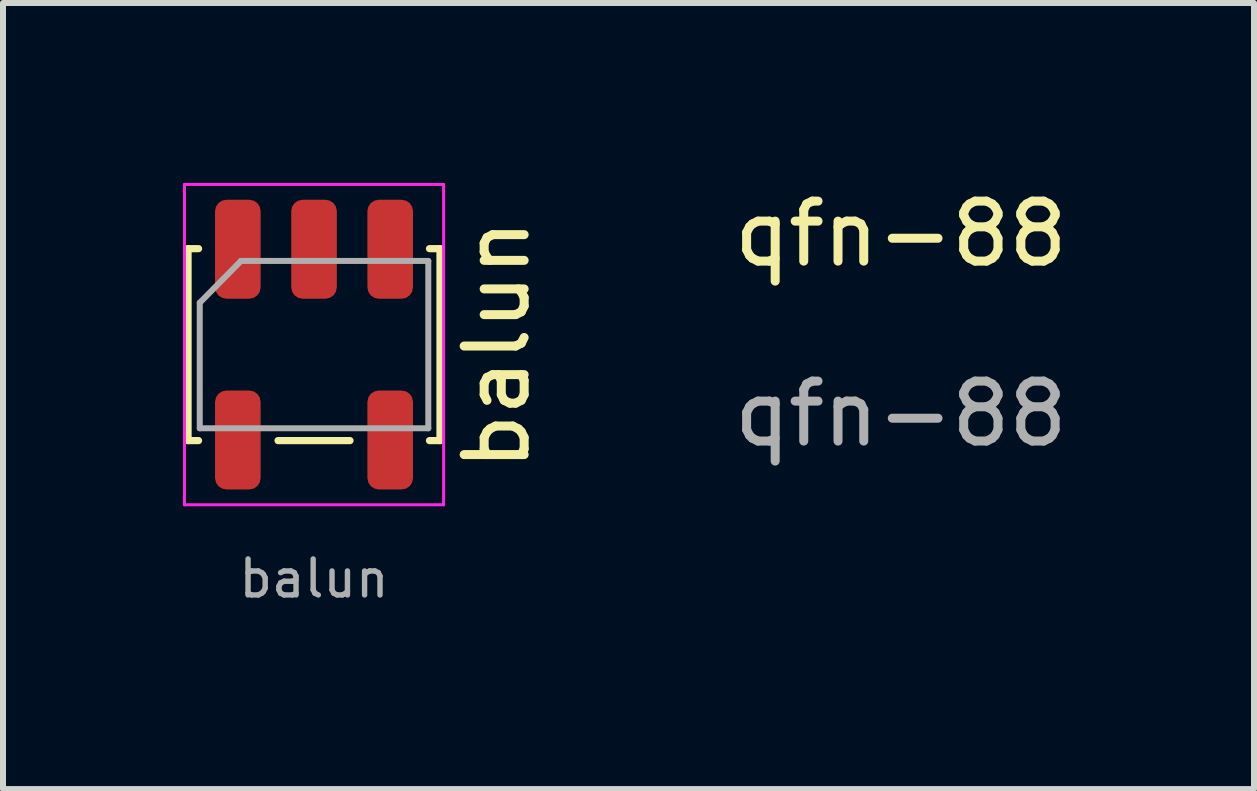
<source format=kicad_pcb>
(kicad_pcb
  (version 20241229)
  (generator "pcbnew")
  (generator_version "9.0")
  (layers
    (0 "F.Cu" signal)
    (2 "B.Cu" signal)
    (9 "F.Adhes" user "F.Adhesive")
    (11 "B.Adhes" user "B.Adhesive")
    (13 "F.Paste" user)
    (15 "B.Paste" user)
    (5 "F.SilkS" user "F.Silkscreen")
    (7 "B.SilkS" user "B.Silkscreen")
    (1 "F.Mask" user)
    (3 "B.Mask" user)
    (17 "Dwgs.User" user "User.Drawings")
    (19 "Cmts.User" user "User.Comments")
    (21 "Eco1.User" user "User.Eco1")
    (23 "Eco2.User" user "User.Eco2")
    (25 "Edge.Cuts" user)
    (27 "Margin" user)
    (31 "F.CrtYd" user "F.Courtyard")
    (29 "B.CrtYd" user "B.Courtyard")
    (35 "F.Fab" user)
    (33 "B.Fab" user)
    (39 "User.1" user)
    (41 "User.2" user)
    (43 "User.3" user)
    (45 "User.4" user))
  (footprint "balun"
    (layer "F.Cu")
    (at 2.185 2.695)
    (property "Reference" "balun" (at 3.048 0 270) (layer "F.SilkS") (effects (font (size 1 1) (thickness 0.15))))
    (attr smd)
    (fp_line (start -2.1 -1.6) (end -1.925 -1.6) (stroke (width 0.12) (type solid)) (layer "F.SilkS"))
    (fp_line (start -2.1 1.6) (end -2.1 -1.6) (stroke (width 0.12) (type solid)) (layer "F.SilkS"))
    (fp_line (start -1.925 1.6) (end -2.1 1.6) (stroke (width 0.12) (type solid)) (layer "F.SilkS"))
    (fp_line (start -0.6 1.6) (end 0.6 1.6) (stroke (width 0.12) (type solid)) (layer "F.SilkS"))
    (fp_line (start 1.925 1.6) (end 2.1 1.6) (stroke (width 0.12) (type solid)) (layer "F.SilkS"))
    (fp_line (start 2.1 -1.6) (end 1.925 -1.6) (stroke (width 0.12) (type solid)) (layer "F.SilkS"))
    (fp_line (start 2.1 1.6) (end 2.1 -1.6) (stroke (width 0.12) (type solid)) (layer "F.SilkS"))
    (fp_line (start -2.16 -2.67) (end 2.16 -2.67) (stroke (width 0.05) (type solid)) (layer "F.CrtYd"))
    (fp_line (start -2.16 2.67) (end -2.16 -2.67) (stroke (width 0.05) (type solid)) (layer "F.CrtYd"))
    (fp_line (start 2.16 -2.67) (end 2.16 2.67) (stroke (width 0.05) (type solid)) (layer "F.CrtYd"))
    (fp_line (start 2.16 2.67) (end -2.16 2.67) (stroke (width 0.05) (type solid)) (layer "F.CrtYd"))
    (fp_line (start -1.905 1.395) (end -1.905 -0.698) (stroke (width 0.1) (type solid)) (layer "F.Fab"))
    (fp_line (start -1.218 -1.395) (end -1.905 -0.698) (stroke (width 0.1) (type solid)) (layer "F.Fab"))
    (fp_line (start -1.218 -1.395) (end 1.905 -1.395) (stroke (width 0.1) (type solid)) (layer "F.Fab"))
    (fp_line (start 1.905 -1.395) (end 1.905 1.395) (stroke (width 0.1) (type solid)) (layer "F.Fab"))
    (fp_line (start 1.905 1.395) (end -1.905 1.395) (stroke (width 0.1) (type solid)) (layer "F.Fab"))
    (fp_text user "${REFERENCE}" (at 0 3.9 180) (layer "F.Fab") (effects (font (size 0.6 0.6) (thickness 0.09))))
    (pad "1" smd roundrect (at -1.27 -1.59 90) (size 1.65 0.76) (layers "F.Cu" "F.Mask" "F.Paste") (roundrect_rratio 0.25))
    (pad "2" smd roundrect (at 0 -1.59 90) (size 1.65 0.76) (layers "F.Cu" "F.Mask" "F.Paste") (roundrect_rratio 0.25))
    (pad "3" smd roundrect (at 1.27 -1.59 90) (size 1.65 0.76) (layers "F.Cu" "F.Mask" "F.Paste") (roundrect_rratio 0.25))
    (pad "4" smd roundrect (at 1.27 1.59 90) (size 1.65 0.76) (layers "F.Cu" "F.Mask" "F.Paste") (roundrect_rratio 0.25))
    (pad "6" smd roundrect (at -1.27 1.59 90) (size 1.65 0.76) (layers "F.Cu" "F.Mask" "F.Paste") (roundrect_rratio 0.25)))
  (footprint "qfn-88"
    (layer "F.Cu")
    (at 11.968 1.348)
    (property "Reference" "qfn-88" (at 0 -0.5 0) (unlocked yes) (layer "F.SilkS") (effects (font (size 1 1) (thickness 0.15))))
    (attr smd)
    (fp_text user "${REFERENCE}" (at 0 2.5 0) (unlocked yes) (layer "F.Fab") (effects (font (size 1 1) (thickness 0.15)))))
  (gr_rect
    (start -3 -3)
    (end 17.855 10.104)
    (stroke (width 0.1) (type default))
    (fill no)
    (layer "Edge.Cuts")))
</source>
